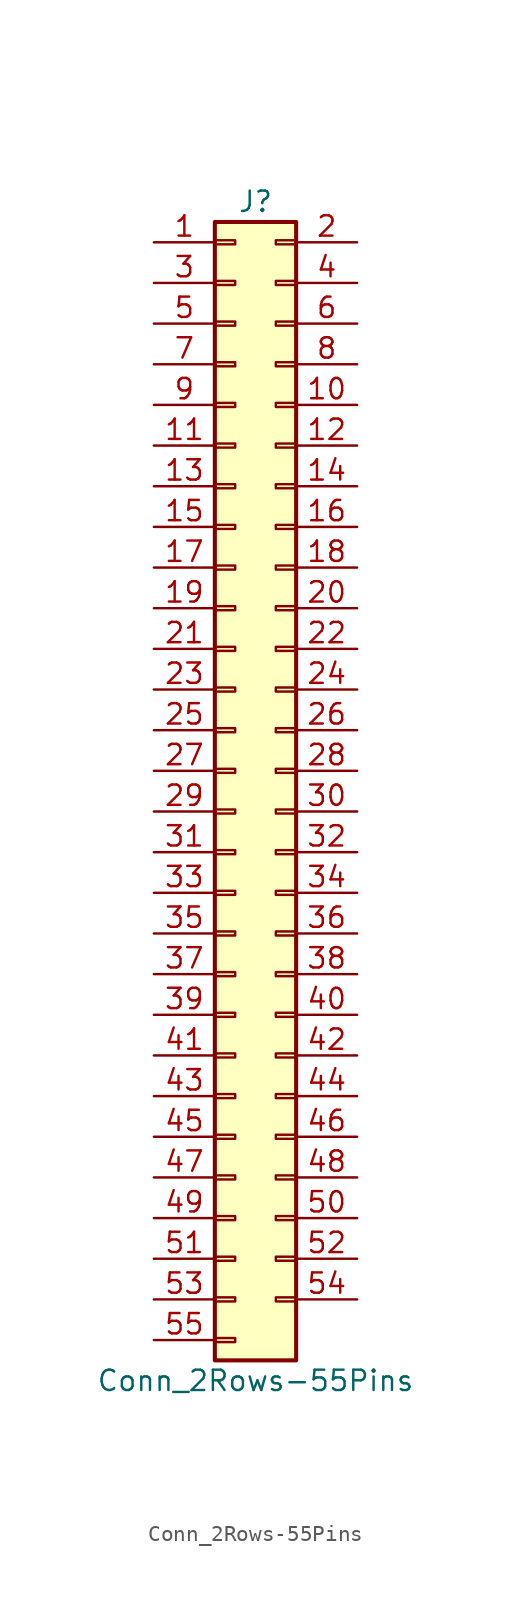
<source format=kicad_sym>
(kicad_symbol_lib
  (version 20220914)
  (generator kicad_symbol_editor)
  (symbol "Conn_2Rows-55Pins"
    (pin_names
      (offset 1.016) hide)
    (property "Reference" "J"
      (at 1.27 35.56 0)
      (effects (font (size 1.27 1.27))))
    (property "Value" "Conn_2Rows-55Pins"
      (at 1.27 -38.1 0)
      (effects (font (size 1.27 1.27))))
    (symbol "Conn_2Rows-55Pins_1_1"
      (rectangle (start -1.27 -35.433) (end 0 -35.687) (stroke (width 0.152) (type default)) (fill (type none)))
      (rectangle (start -1.27 -32.893) (end 0 -33.147) (stroke (width 0.152) (type default)) (fill (type none)))
      (rectangle (start -1.27 -30.353) (end 0 -30.607) (stroke (width 0.152) (type default)) (fill (type none)))
      (rectangle (start -1.27 -27.813) (end 0 -28.067) (stroke (width 0.152) (type default)) (fill (type none)))
      (rectangle (start -1.27 -25.273) (end 0 -25.527) (stroke (width 0.152) (type default)) (fill (type none)))
      (rectangle (start -1.27 -22.733) (end 0 -22.987) (stroke (width 0.152) (type default)) (fill (type none)))
      (rectangle (start -1.27 -20.193) (end 0 -20.447) (stroke (width 0.152) (type default)) (fill (type none)))
      (rectangle (start -1.27 -17.653) (end 0 -17.907) (stroke (width 0.152) (type default)) (fill (type none)))
      (rectangle (start -1.27 -15.113) (end 0 -15.367) (stroke (width 0.152) (type default)) (fill (type none)))
      (rectangle (start -1.27 -12.573) (end 0 -12.827) (stroke (width 0.152) (type default)) (fill (type none)))
      (rectangle (start -1.27 -10.033) (end 0 -10.287) (stroke (width 0.152) (type default)) (fill (type none)))
      (rectangle (start -1.27 -7.493) (end 0 -7.747) (stroke (width 0.152) (type default)) (fill (type none)))
      (rectangle (start -1.27 -4.953) (end 0 -5.207) (stroke (width 0.152) (type default)) (fill (type none)))
      (rectangle (start -1.27 -2.413) (end 0 -2.667) (stroke (width 0.152) (type default)) (fill (type none)))
      (rectangle (start -1.27 0.127) (end 0 -0.127) (stroke (width 0.152) (type default)) (fill (type none)))
      (rectangle (start -1.27 2.667) (end 0 2.413) (stroke (width 0.152) (type default)) (fill (type none)))
      (rectangle (start -1.27 5.207) (end 0 4.953) (stroke (width 0.152) (type default)) (fill (type none)))
      (rectangle (start -1.27 7.747) (end 0 7.493) (stroke (width 0.152) (type default)) (fill (type none)))
      (rectangle (start -1.27 10.287) (end 0 10.033) (stroke (width 0.152) (type default)) (fill (type none)))
      (rectangle (start -1.27 12.827) (end 0 12.573) (stroke (width 0.152) (type default)) (fill (type none)))
      (rectangle (start -1.27 15.367) (end 0 15.113) (stroke (width 0.152) (type default)) (fill (type none)))
      (rectangle (start -1.27 17.907) (end 0 17.653) (stroke (width 0.152) (type default)) (fill (type none)))
      (rectangle (start -1.27 20.447) (end 0 20.193) (stroke (width 0.152) (type default)) (fill (type none)))
      (rectangle (start -1.27 22.987) (end 0 22.733) (stroke (width 0.152) (type default)) (fill (type none)))
      (rectangle (start -1.27 25.527) (end 0 25.273) (stroke (width 0.152) (type default)) (fill (type none)))
      (rectangle (start -1.27 28.067) (end 0 27.813) (stroke (width 0.152) (type default)) (fill (type none)))
      (rectangle (start -1.27 30.607) (end 0 30.353) (stroke (width 0.152) (type default)) (fill (type none)))
      (rectangle (start -1.27 33.147) (end 0 32.893) (stroke (width 0.152) (type default)) (fill (type none)))
      (rectangle (start -1.27 34.29) (end 3.81 -36.83) (stroke (width 0.254) (type default)) (fill (type background)))
      (rectangle (start 3.81 -32.893) (end 2.54 -33.147) (stroke (width 0.152) (type default)) (fill (type none)))
      (rectangle (start 3.81 -30.353) (end 2.54 -30.607) (stroke (width 0.152) (type default)) (fill (type none)))
      (rectangle (start 3.81 -27.813) (end 2.54 -28.067) (stroke (width 0.152) (type default)) (fill (type none)))
      (rectangle (start 3.81 -25.273) (end 2.54 -25.527) (stroke (width 0.152) (type default)) (fill (type none)))
      (rectangle (start 3.81 -22.733) (end 2.54 -22.987) (stroke (width 0.152) (type default)) (fill (type none)))
      (rectangle (start 3.81 -20.193) (end 2.54 -20.447) (stroke (width 0.152) (type default)) (fill (type none)))
      (rectangle (start 3.81 -17.653) (end 2.54 -17.907) (stroke (width 0.152) (type default)) (fill (type none)))
      (rectangle (start 3.81 -15.113) (end 2.54 -15.367) (stroke (width 0.152) (type default)) (fill (type none)))
      (rectangle (start 3.81 -12.573) (end 2.54 -12.827) (stroke (width 0.152) (type default)) (fill (type none)))
      (rectangle (start 3.81 -10.033) (end 2.54 -10.287) (stroke (width 0.152) (type default)) (fill (type none)))
      (rectangle (start 3.81 -7.493) (end 2.54 -7.747) (stroke (width 0.152) (type default)) (fill (type none)))
      (rectangle (start 3.81 -4.953) (end 2.54 -5.207) (stroke (width 0.152) (type default)) (fill (type none)))
      (rectangle (start 3.81 -2.413) (end 2.54 -2.667) (stroke (width 0.152) (type default)) (fill (type none)))
      (rectangle (start 3.81 0.127) (end 2.54 -0.127) (stroke (width 0.152) (type default)) (fill (type none)))
      (rectangle (start 3.81 2.667) (end 2.54 2.413) (stroke (width 0.152) (type default)) (fill (type none)))
      (rectangle (start 3.81 5.207) (end 2.54 4.953) (stroke (width 0.152) (type default)) (fill (type none)))
      (rectangle (start 3.81 7.747) (end 2.54 7.493) (stroke (width 0.152) (type default)) (fill (type none)))
      (rectangle (start 3.81 10.287) (end 2.54 10.033) (stroke (width 0.152) (type default)) (fill (type none)))
      (rectangle (start 3.81 12.827) (end 2.54 12.573) (stroke (width 0.152) (type default)) (fill (type none)))
      (rectangle (start 3.81 15.367) (end 2.54 15.113) (stroke (width 0.152) (type default)) (fill (type none)))
      (rectangle (start 3.81 17.907) (end 2.54 17.653) (stroke (width 0.152) (type default)) (fill (type none)))
      (rectangle (start 3.81 20.447) (end 2.54 20.193) (stroke (width 0.152) (type default)) (fill (type none)))
      (rectangle (start 3.81 22.987) (end 2.54 22.733) (stroke (width 0.152) (type default)) (fill (type none)))
      (rectangle (start 3.81 25.527) (end 2.54 25.273) (stroke (width 0.152) (type default)) (fill (type none)))
      (rectangle (start 3.81 28.067) (end 2.54 27.813) (stroke (width 0.152) (type default)) (fill (type none)))
      (rectangle (start 3.81 30.607) (end 2.54 30.353) (stroke (width 0.152) (type default)) (fill (type none)))
      (rectangle (start 3.81 33.147) (end 2.54 32.893) (stroke (width 0.152) (type default)) (fill (type none)))
      (pin passive line (at -5.08 33.02 0) (length 3.81) (name "Pin_1" (effects (font (size 1.27 1.27)))) (number "1" (effects (font (size 1.27 1.27)))))
      (pin passive line (at 7.62 22.86 180) (length 3.81) (name "Pin_10" (effects (font (size 1.27 1.27)))) (number "10" (effects (font (size 1.27 1.27)))))
      (pin passive line (at -5.08 20.32 0) (length 3.81) (name "Pin_11" (effects (font (size 1.27 1.27)))) (number "11" (effects (font (size 1.27 1.27)))))
      (pin passive line (at 7.62 20.32 180) (length 3.81) (name "Pin_12" (effects (font (size 1.27 1.27)))) (number "12" (effects (font (size 1.27 1.27)))))
      (pin passive line (at -5.08 17.78 0) (length 3.81) (name "Pin_13" (effects (font (size 1.27 1.27)))) (number "13" (effects (font (size 1.27 1.27)))))
      (pin passive line (at 7.62 17.78 180) (length 3.81) (name "Pin_14" (effects (font (size 1.27 1.27)))) (number "14" (effects (font (size 1.27 1.27)))))
      (pin passive line (at -5.08 15.24 0) (length 3.81) (name "Pin_15" (effects (font (size 1.27 1.27)))) (number "15" (effects (font (size 1.27 1.27)))))
      (pin passive line (at 7.62 15.24 180) (length 3.81) (name "Pin_16" (effects (font (size 1.27 1.27)))) (number "16" (effects (font (size 1.27 1.27)))))
      (pin passive line (at -5.08 12.7 0) (length 3.81) (name "Pin_17" (effects (font (size 1.27 1.27)))) (number "17" (effects (font (size 1.27 1.27)))))
      (pin passive line (at 7.62 12.7 180) (length 3.81) (name "Pin_18" (effects (font (size 1.27 1.27)))) (number "18" (effects (font (size 1.27 1.27)))))
      (pin passive line (at -5.08 10.16 0) (length 3.81) (name "Pin_19" (effects (font (size 1.27 1.27)))) (number "19" (effects (font (size 1.27 1.27)))))
      (pin passive line (at 7.62 33.02 180) (length 3.81) (name "Pin_2" (effects (font (size 1.27 1.27)))) (number "2" (effects (font (size 1.27 1.27)))))
      (pin passive line (at 7.62 10.16 180) (length 3.81) (name "Pin_20" (effects (font (size 1.27 1.27)))) (number "20" (effects (font (size 1.27 1.27)))))
      (pin passive line (at -5.08 7.62 0) (length 3.81) (name "Pin_21" (effects (font (size 1.27 1.27)))) (number "21" (effects (font (size 1.27 1.27)))))
      (pin passive line (at 7.62 7.62 180) (length 3.81) (name "Pin_22" (effects (font (size 1.27 1.27)))) (number "22" (effects (font (size 1.27 1.27)))))
      (pin passive line (at -5.08 5.08 0) (length 3.81) (name "Pin_23" (effects (font (size 1.27 1.27)))) (number "23" (effects (font (size 1.27 1.27)))))
      (pin passive line (at 7.62 5.08 180) (length 3.81) (name "Pin_24" (effects (font (size 1.27 1.27)))) (number "24" (effects (font (size 1.27 1.27)))))
      (pin passive line (at -5.08 2.54 0) (length 3.81) (name "Pin_25" (effects (font (size 1.27 1.27)))) (number "25" (effects (font (size 1.27 1.27)))))
      (pin passive line (at 7.62 2.54 180) (length 3.81) (name "Pin_26" (effects (font (size 1.27 1.27)))) (number "26" (effects (font (size 1.27 1.27)))))
      (pin passive line (at -5.08 0 0) (length 3.81) (name "Pin_27" (effects (font (size 1.27 1.27)))) (number "27" (effects (font (size 1.27 1.27)))))
      (pin passive line (at 7.62 0 180) (length 3.81) (name "Pin_28" (effects (font (size 1.27 1.27)))) (number "28" (effects (font (size 1.27 1.27)))))
      (pin passive line (at -5.08 -2.54 0) (length 3.81) (name "Pin_29" (effects (font (size 1.27 1.27)))) (number "29" (effects (font (size 1.27 1.27)))))
      (pin passive line (at -5.08 30.48 0) (length 3.81) (name "Pin_3" (effects (font (size 1.27 1.27)))) (number "3" (effects (font (size 1.27 1.27)))))
      (pin passive line (at 7.62 -2.54 180) (length 3.81) (name "Pin_30" (effects (font (size 1.27 1.27)))) (number "30" (effects (font (size 1.27 1.27)))))
      (pin passive line (at -5.08 -5.08 0) (length 3.81) (name "Pin_31" (effects (font (size 1.27 1.27)))) (number "31" (effects (font (size 1.27 1.27)))))
      (pin passive line (at 7.62 -5.08 180) (length 3.81) (name "Pin_32" (effects (font (size 1.27 1.27)))) (number "32" (effects (font (size 1.27 1.27)))))
      (pin passive line (at -5.08 -7.62 0) (length 3.81) (name "Pin_33" (effects (font (size 1.27 1.27)))) (number "33" (effects (font (size 1.27 1.27)))))
      (pin passive line (at 7.62 -7.62 180) (length 3.81) (name "Pin_34" (effects (font (size 1.27 1.27)))) (number "34" (effects (font (size 1.27 1.27)))))
      (pin passive line (at -5.08 -10.16 0) (length 3.81) (name "Pin_35" (effects (font (size 1.27 1.27)))) (number "35" (effects (font (size 1.27 1.27)))))
      (pin passive line (at 7.62 -10.16 180) (length 3.81) (name "Pin_36" (effects (font (size 1.27 1.27)))) (number "36" (effects (font (size 1.27 1.27)))))
      (pin passive line (at -5.08 -12.7 0) (length 3.81) (name "Pin_37" (effects (font (size 1.27 1.27)))) (number "37" (effects (font (size 1.27 1.27)))))
      (pin passive line (at 7.62 -12.7 180) (length 3.81) (name "Pin_38" (effects (font (size 1.27 1.27)))) (number "38" (effects (font (size 1.27 1.27)))))
      (pin passive line (at -5.08 -15.24 0) (length 3.81) (name "Pin_39" (effects (font (size 1.27 1.27)))) (number "39" (effects (font (size 1.27 1.27)))))
      (pin passive line (at 7.62 30.48 180) (length 3.81) (name "Pin_4" (effects (font (size 1.27 1.27)))) (number "4" (effects (font (size 1.27 1.27)))))
      (pin passive line (at 7.62 -15.24 180) (length 3.81) (name "Pin_40" (effects (font (size 1.27 1.27)))) (number "40" (effects (font (size 1.27 1.27)))))
      (pin passive line (at -5.08 -17.78 0) (length 3.81) (name "Pin_41" (effects (font (size 1.27 1.27)))) (number "41" (effects (font (size 1.27 1.27)))))
      (pin passive line (at 7.62 -17.78 180) (length 3.81) (name "Pin_42" (effects (font (size 1.27 1.27)))) (number "42" (effects (font (size 1.27 1.27)))))
      (pin passive line (at -5.08 -20.32 0) (length 3.81) (name "Pin_43" (effects (font (size 1.27 1.27)))) (number "43" (effects (font (size 1.27 1.27)))))
      (pin passive line (at 7.62 -20.32 180) (length 3.81) (name "Pin_44" (effects (font (size 1.27 1.27)))) (number "44" (effects (font (size 1.27 1.27)))))
      (pin passive line (at -5.08 -22.86 0) (length 3.81) (name "Pin_45" (effects (font (size 1.27 1.27)))) (number "45" (effects (font (size 1.27 1.27)))))
      (pin passive line (at 7.62 -22.86 180) (length 3.81) (name "Pin_46" (effects (font (size 1.27 1.27)))) (number "46" (effects (font (size 1.27 1.27)))))
      (pin passive line (at -5.08 -25.4 0) (length 3.81) (name "Pin_47" (effects (font (size 1.27 1.27)))) (number "47" (effects (font (size 1.27 1.27)))))
      (pin passive line (at 7.62 -25.4 180) (length 3.81) (name "Pin_48" (effects (font (size 1.27 1.27)))) (number "48" (effects (font (size 1.27 1.27)))))
      (pin passive line (at -5.08 -27.94 0) (length 3.81) (name "Pin_49" (effects (font (size 1.27 1.27)))) (number "49" (effects (font (size 1.27 1.27)))))
      (pin passive line (at -5.08 27.94 0) (length 3.81) (name "Pin_5" (effects (font (size 1.27 1.27)))) (number "5" (effects (font (size 1.27 1.27)))))
      (pin passive line (at 7.62 -27.94 180) (length 3.81) (name "Pin_50" (effects (font (size 1.27 1.27)))) (number "50" (effects (font (size 1.27 1.27)))))
      (pin passive line (at -5.08 -30.48 0) (length 3.81) (name "Pin_51" (effects (font (size 1.27 1.27)))) (number "51" (effects (font (size 1.27 1.27)))))
      (pin passive line (at 7.62 -30.48 180) (length 3.81) (name "Pin_52" (effects (font (size 1.27 1.27)))) (number "52" (effects (font (size 1.27 1.27)))))
      (pin passive line (at -5.08 -33.02 0) (length 3.81) (name "Pin_53" (effects (font (size 1.27 1.27)))) (number "53" (effects (font (size 1.27 1.27)))))
      (pin passive line (at 7.62 -33.02 180) (length 3.81) (name "Pin_54" (effects (font (size 1.27 1.27)))) (number "54" (effects (font (size 1.27 1.27)))))
      (pin passive line (at -5.08 -35.56 0) (length 3.81) (name "Pin_55" (effects (font (size 1.27 1.27)))) (number "55" (effects (font (size 1.27 1.27)))))
      (pin passive line (at 7.62 27.94 180) (length 3.81) (name "Pin_6" (effects (font (size 1.27 1.27)))) (number "6" (effects (font (size 1.27 1.27)))))
      (pin passive line (at -5.08 25.4 0) (length 3.81) (name "Pin_7" (effects (font (size 1.27 1.27)))) (number "7" (effects (font (size 1.27 1.27)))))
      (pin passive line (at 7.62 25.4 180) (length 3.81) (name "Pin_8" (effects (font (size 1.27 1.27)))) (number "8" (effects (font (size 1.27 1.27)))))
      (pin passive line (at -5.08 22.86 0) (length 3.81) (name "Pin_9" (effects (font (size 1.27 1.27)))) (number "9" (effects (font (size 1.27 1.27))))))))
</source>
